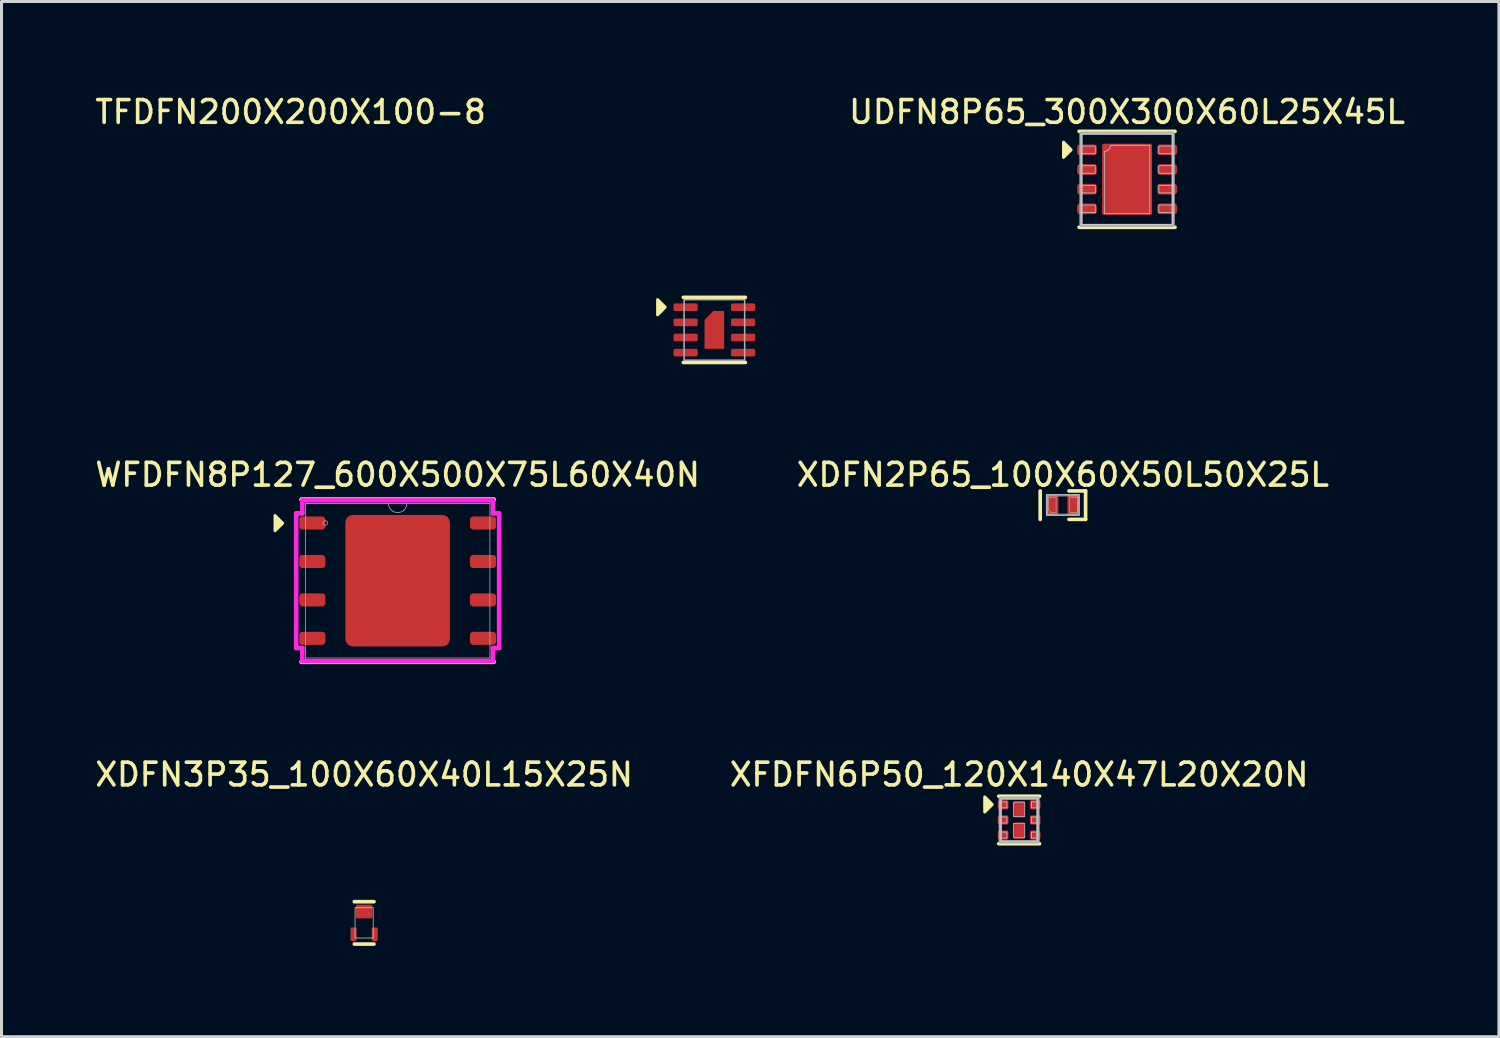
<source format=kicad_pcb>
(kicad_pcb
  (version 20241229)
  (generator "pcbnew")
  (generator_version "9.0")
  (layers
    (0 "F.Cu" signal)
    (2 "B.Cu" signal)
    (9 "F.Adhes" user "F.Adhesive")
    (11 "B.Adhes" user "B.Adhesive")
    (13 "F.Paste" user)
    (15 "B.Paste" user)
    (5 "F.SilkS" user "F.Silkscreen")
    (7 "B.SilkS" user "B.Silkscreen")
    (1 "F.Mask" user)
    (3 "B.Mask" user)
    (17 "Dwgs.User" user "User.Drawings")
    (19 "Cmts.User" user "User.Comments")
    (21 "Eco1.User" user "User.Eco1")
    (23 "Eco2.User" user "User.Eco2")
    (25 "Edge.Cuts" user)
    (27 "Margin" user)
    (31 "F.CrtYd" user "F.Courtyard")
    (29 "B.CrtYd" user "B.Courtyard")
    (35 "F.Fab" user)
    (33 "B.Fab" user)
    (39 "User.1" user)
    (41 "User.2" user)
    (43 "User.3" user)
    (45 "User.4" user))
  (footprint "XDFN3P35_100X60X40L15X25N"
    (layer "F.Cu")
    (at 8.98 27.439)
    (property "Reference" "XDFN3P35_100X60X40L15X25N" (at 0 -4.9 0) (unlocked yes) (layer "F.SilkS") (effects (font (size 0.75 0.75) (thickness 0.12))))
    (attr smd)
    (fp_line (start -0.325 -0.7) (end 0.325 -0.7) (stroke (width 0.12) (type default)) (layer "F.SilkS"))
    (fp_line (start -0.325 0.7) (end 0.325 0.7) (stroke (width 0.12) (type default)) (layer "F.SilkS"))
    (fp_rect (start -0.3 -0.5) (end 0.3 0.5) (stroke (width 0.025) (type default)) (fill no) (layer "Dwgs.User"))
    (pad "1" smd roundrect (at -0.35 0.375) (size 0.2 0.45) (layers "F.Cu" "F.Mask" "F.Paste") (roundrect_rratio 0.25))
    (pad "2" smd roundrect (at 0.35 0.375) (size 0.2 0.45) (layers "F.Cu" "F.Mask" "F.Paste") (roundrect_rratio 0.25))
    (pad "3" smd roundrect (at 0 -0.375) (size 0.55 0.45) (layers "F.Cu" "F.Mask" "F.Paste") (roundrect_rratio 0.111)))
  (footprint "XFDFN6P50_120X140X47L20X20N"
    (layer "F.Cu")
    (at 30.619 24.039)
    (property "Reference" "XFDFN6P50_120X140X47L20X20N" (at 0 -1.5 0) (unlocked yes) (layer "F.SilkS") (effects (font (size 0.75 0.75) (thickness 0.12))))
    (attr smd)
    (fp_line (start 0.675 -0.785) (end -0.675 -0.785) (stroke (width 0.12) (type default)) (layer "F.SilkS"))
    (fp_line (start 0.675 0.785) (end -0.675 0.785) (stroke (width 0.12) (type default)) (layer "F.SilkS"))
    (fp_poly (pts (xy -0.887 -0.512) (xy -1.137 -0.263) (xy -1.137 -0.762)) (stroke (width 0.1) (type solid)) (fill yes) (layer "F.SilkS"))
    (fp_rect (start -0.6 -0.7) (end 0.6 0.7) (stroke (width 0.05) (type default)) (fill no) (layer "Dwgs.User"))
    (fp_rect (start -0.6 -0.6) (end -0.405 -0.4) (stroke (width 0.025) (type default)) (fill no) (layer "Dwgs.User"))
    (fp_rect (start -0.6 -0.1) (end -0.405 0.1) (stroke (width 0.025) (type default)) (fill no) (layer "Dwgs.User"))
    (fp_rect (start -0.6 0.4) (end -0.405 0.6) (stroke (width 0.025) (type default)) (fill no) (layer "Dwgs.User"))
    (fp_rect (start -0.185 -0.59) (end 0.185 -0.11) (stroke (width 0.025) (type default)) (fill no) (layer "Dwgs.User"))
    (fp_rect (start -0.185 0.11) (end 0.185 0.59) (stroke (width 0.025) (type default)) (fill no) (layer "Dwgs.User"))
    (fp_rect (start 0.405 -0.6) (end 0.6 -0.4) (stroke (width 0.025) (type default)) (fill no) (layer "Dwgs.User"))
    (fp_rect (start 0.405 -0.1) (end 0.6 0.1) (stroke (width 0.025) (type default)) (fill no) (layer "Dwgs.User"))
    (fp_rect (start 0.405 0.4) (end 0.6 0.6) (stroke (width 0.025) (type default)) (fill no) (layer "Dwgs.User"))
    (fp_rect (start -0.625 -0.725) (end 0.625 0.725) (stroke (width 0.1) (type default)) (fill no) (layer "F.Fab"))
    (pad "1" smd roundrect (at -0.53 -0.5) (size 0.35 0.3) (layers "F.Cu" "F.Mask" "F.Paste") (roundrect_rratio 0.167))
    (pad "2" smd roundrect (at -0.53 0) (size 0.35 0.3) (layers "F.Cu" "F.Mask" "F.Paste") (roundrect_rratio 0.167))
    (pad "3" smd roundrect (at -0.53 0.5) (size 0.35 0.3) (layers "F.Cu" "F.Mask" "F.Paste") (roundrect_rratio 0.167))
    (pad "4" smd roundrect (at 0.53 0.5) (size 0.35 0.3) (layers "F.Cu" "F.Mask" "F.Paste") (roundrect_rratio 0.167))
    (pad "5" smd roundrect (at 0.53 0) (size 0.35 0.3) (layers "F.Cu" "F.Mask" "F.Paste") (roundrect_rratio 0.167))
    (pad "6" smd roundrect (at 0.53 -0.5) (size 0.35 0.3) (layers "F.Cu" "F.Mask" "F.Paste") (roundrect_rratio 0.167))
    (pad "7" smd roundrect (at 0 -0.35) (size 0.37 0.53) (layers "F.Cu" "F.Mask" "F.Paste") (roundrect_rratio 0.135))
    (pad "8" smd roundrect (at 0 0.35) (size 0.37 0.53) (layers "F.Cu" "F.Mask" "F.Paste") (roundrect_rratio 0.135)))
  (footprint "WFDFN8P127_600X500X75L60X40N"
    (layer "F.Cu")
    (at 10.087 16.134)
    (property "Reference" "WFDFN8P127_600X500X75L60X40N" (at 0 -3.5 0) (unlocked yes) (layer "F.SilkS") (effects (font (size 0.75 0.75) (thickness 0.12))))
    (attr smd)
    (fp_line (start -3.175 2.68) (end 3.175 2.68) (stroke (width 0.152) (type solid)) (layer "F.SilkS"))
    (fp_line (start 3.175 -2.68) (end -3.175 -2.68) (stroke (width 0.152) (type solid)) (layer "F.SilkS"))
    (fp_poly (pts (xy -3.8 -1.9) (xy -4.05 -1.65) (xy -4.05 -2.15)) (stroke (width 0.1) (type solid)) (fill yes) (layer "F.SilkS"))
    (fp_poly (pts (xy -1.627 -2.072) (xy -1.627 -0.824) (xy -0.1 -0.824) (xy -0.1 -2.072)) (stroke (width 0) (type solid)) (fill yes) (layer "F.Paste"))
    (fp_poly (pts (xy -1.627 -0.624) (xy -1.627 0.624) (xy -0.1 0.624) (xy -0.1 -0.624)) (stroke (width 0) (type solid)) (fill yes) (layer "F.Paste"))
    (fp_poly (pts (xy -1.627 0.824) (xy -1.627 2.072) (xy -0.1 2.072) (xy -0.1 0.824)) (stroke (width 0) (type solid)) (fill yes) (layer "F.Paste"))
    (fp_poly (pts (xy 0.1 -2.072) (xy 0.1 -0.824) (xy 1.627 -0.824) (xy 1.627 -2.072)) (stroke (width 0) (type solid)) (fill yes) (layer "F.Paste"))
    (fp_poly (pts (xy 0.1 -0.624) (xy 0.1 0.624) (xy 1.627 0.624) (xy 1.627 -0.624)) (stroke (width 0) (type solid)) (fill yes) (layer "F.Paste"))
    (fp_poly (pts (xy 0.1 0.824) (xy 0.1 2.072) (xy 1.627 2.072) (xy 1.627 0.824)) (stroke (width 0) (type solid)) (fill yes) (layer "F.Paste"))
    (fp_line (start -3.353 -2.223) (end -3.15 -2.223) (stroke (width 0.152) (type solid)) (layer "F.CrtYd"))
    (fp_line (start -3.353 2.223) (end -3.353 -2.223) (stroke (width 0.152) (type solid)) (layer "F.CrtYd"))
    (fp_line (start -3.353 2.223) (end -3.15 2.223) (stroke (width 0.152) (type solid)) (layer "F.CrtYd"))
    (fp_line (start -3.15 -2.654) (end 3.15 -2.654) (stroke (width 0.152) (type solid)) (layer "F.CrtYd"))
    (fp_line (start -3.15 -2.223) (end -3.15 -2.654) (stroke (width 0.152) (type solid)) (layer "F.CrtYd"))
    (fp_line (start -3.15 2.654) (end -3.15 2.223) (stroke (width 0.152) (type solid)) (layer "F.CrtYd"))
    (fp_line (start 3.15 -2.654) (end 3.15 -2.223) (stroke (width 0.152) (type solid)) (layer "F.CrtYd"))
    (fp_line (start 3.15 2.223) (end 3.15 2.654) (stroke (width 0.152) (type solid)) (layer "F.CrtYd"))
    (fp_line (start 3.15 2.654) (end -3.15 2.654) (stroke (width 0.152) (type solid)) (layer "F.CrtYd"))
    (fp_line (start 3.353 -2.223) (end 3.15 -2.223) (stroke (width 0.152) (type solid)) (layer "F.CrtYd"))
    (fp_line (start 3.353 -2.223) (end 3.353 2.223) (stroke (width 0.152) (type solid)) (layer "F.CrtYd"))
    (fp_line (start 3.353 2.223) (end 3.15 2.223) (stroke (width 0.152) (type solid)) (layer "F.CrtYd"))
    (fp_line (start -3.048 -2.553) (end -3.048 2.553) (stroke (width 0.025) (type solid)) (layer "F.Fab"))
    (fp_line (start -3.048 2.553) (end 3.048 2.553) (stroke (width 0.025) (type solid)) (layer "F.Fab"))
    (fp_line (start 3.048 -2.553) (end -3.048 -2.553) (stroke (width 0.025) (type solid)) (layer "F.Fab"))
    (fp_line (start 3.048 2.553) (end 3.048 -2.553) (stroke (width 0.025) (type solid)) (layer "F.Fab"))
    (fp_arc (start 0.3048 -2.5527) (mid 0 -2.2479) (end -0.3048 -2.5527) (stroke (width 0.0254) (type solid)) (layer "F.Fab"))
    (fp_circle (center -2.388 -1.905) (end -2.311 -1.905) (stroke (width 0.025) (type solid)) (fill no) (layer "F.Fab"))
    (pad "1" smd roundrect (at -2.819 -1.905) (size 0.864 0.432) (layers "F.Cu" "F.Mask" "F.Paste") (roundrect_rratio 0.25))
    (pad "2" smd roundrect (at -2.819 -0.635) (size 0.864 0.432) (layers "F.Cu" "F.Mask" "F.Paste") (roundrect_rratio 0.25))
    (pad "3" smd roundrect (at -2.819 0.635) (size 0.864 0.432) (layers "F.Cu" "F.Mask" "F.Paste") (roundrect_rratio 0.25))
    (pad "4" smd roundrect (at -2.819 1.905) (size 0.864 0.432) (layers "F.Cu" "F.Mask" "F.Paste") (roundrect_rratio 0.25))
    (pad "5" smd roundrect (at 2.819 1.905) (size 0.864 0.432) (layers "F.Cu" "F.Mask" "F.Paste") (roundrect_rratio 0.25))
    (pad "6" smd roundrect (at 2.819 0.635) (size 0.864 0.432) (layers "F.Cu" "F.Mask" "F.Paste") (roundrect_rratio 0.25))
    (pad "7" smd roundrect (at 2.819 -0.635) (size 0.864 0.432) (layers "F.Cu" "F.Mask" "F.Paste") (roundrect_rratio 0.25))
    (pad "8" smd roundrect (at 2.819 -1.905) (size 0.864 0.432) (layers "F.Cu" "F.Mask" "F.Paste") (roundrect_rratio 0.25))
    (pad "9" smd roundrect (at 0 0) (size 3.454 4.343) (layers "F.Cu" "F.Mask" "F.Paste") (roundrect_rratio 0.072)))
  (footprint "UDFN8P65_300X300X60L25X45L"
    (layer "F.Cu")
    (at 34.185 2.874)
    (property "Reference" "UDFN8P65_300X300X60L25X45L" (at 0 -2.225 0) (unlocked yes) (layer "F.SilkS") (effects (font (size 0.75 0.75) (thickness 0.12))))
    (attr smd)
    (fp_line (start 1.585 -1.585) (end -1.585 -1.585) (stroke (width 0.12) (type default)) (layer "F.SilkS"))
    (fp_line (start 1.585 1.585) (end -1.585 1.585) (stroke (width 0.12) (type default)) (layer "F.SilkS"))
    (fp_poly (pts (xy -1.85 -0.975) (xy -2.1 -0.725) (xy -2.1 -1.225)) (stroke (width 0.1) (type solid)) (fill yes) (layer "F.SilkS"))
    (fp_line (start -0.75 -0.925) (end -0.75 1.125) (stroke (width 0.025) (type default)) (layer "Dwgs.User"))
    (fp_line (start -0.75 1.125) (end 0.75 1.125) (stroke (width 0.025) (type default)) (layer "Dwgs.User"))
    (fp_line (start 0.75 -1.125) (end -0.55 -1.125) (stroke (width 0.025) (type default)) (layer "Dwgs.User"))
    (fp_line (start 0.75 1.125) (end 0.75 -1.125) (stroke (width 0.025) (type default)) (layer "Dwgs.User"))
    (fp_rect (start -1.5 -1.5) (end 1.5 1.5) (stroke (width 0.05) (type default)) (fill no) (layer "Dwgs.User"))
    (fp_rect (start -1.5 -1.1) (end -1.05 -0.85) (stroke (width 0.025) (type default)) (fill no) (layer "Dwgs.User"))
    (fp_rect (start -1.5 -0.45) (end -1.05 -0.2) (stroke (width 0.025) (type default)) (fill no) (layer "Dwgs.User"))
    (fp_rect (start -1.5 0.2) (end -1.05 0.45) (stroke (width 0.025) (type default)) (fill no) (layer "Dwgs.User"))
    (fp_rect (start -1.5 0.85) (end -1.05 1.1) (stroke (width 0.025) (type default)) (fill no) (layer "Dwgs.User"))
    (fp_rect (start 1.05 -1.1) (end 1.5 -0.85) (stroke (width 0.025) (type default)) (fill no) (layer "Dwgs.User"))
    (fp_rect (start 1.05 -0.45) (end 1.5 -0.2) (stroke (width 0.025) (type default)) (fill no) (layer "Dwgs.User"))
    (fp_rect (start 1.05 0.2) (end 1.5 0.45) (stroke (width 0.025) (type default)) (fill no) (layer "Dwgs.User"))
    (fp_rect (start 1.05 0.85) (end 1.5 1.1) (stroke (width 0.025) (type default)) (fill no) (layer "Dwgs.User"))
    (fp_arc (start -0.55 -1.125) (mid -0.608579 -0.983579) (end -0.75 -0.925) (stroke (width 0.025) (type default)) (layer "Dwgs.User"))
    (fp_rect (start -1.525 -1.525) (end 1.525 1.525) (stroke (width 0.1) (type default)) (fill no) (layer "F.Fab"))
    (pad "1" smd roundrect (at -1.325 -0.975) (size 0.65 0.35) (layers "F.Cu" "F.Mask" "F.Paste") (roundrect_rratio 0.25))
    (pad "2" smd roundrect (at -1.325 -0.325) (size 0.65 0.35) (layers "F.Cu" "F.Mask" "F.Paste") (roundrect_rratio 0.25))
    (pad "3" smd roundrect (at -1.325 0.325) (size 0.65 0.35) (layers "F.Cu" "F.Mask" "F.Paste") (roundrect_rratio 0.25))
    (pad "4" smd roundrect (at -1.325 0.975) (size 0.65 0.35) (layers "F.Cu" "F.Mask" "F.Paste") (roundrect_rratio 0.25))
    (pad "5" smd roundrect (at 1.325 0.975) (size 0.65 0.35) (layers "F.Cu" "F.Mask" "F.Paste") (roundrect_rratio 0.25))
    (pad "6" smd roundrect (at 1.325 0.325) (size 0.65 0.35) (layers "F.Cu" "F.Mask" "F.Paste") (roundrect_rratio 0.25))
    (pad "7" smd roundrect (at 1.325 -0.325) (size 0.65 0.35) (layers "F.Cu" "F.Mask" "F.Paste") (roundrect_rratio 0.25))
    (pad "8" smd roundrect (at 1.325 -0.975) (size 0.65 0.35) (layers "F.Cu" "F.Mask" "F.Paste") (roundrect_rratio 0.25))
    (pad "9" smd roundrect (at 0 0) (size 1.65 2.35) (layers "F.Cu" "F.Mask" "F.Paste") (roundrect_rratio 0.03)))
  (footprint "TFDFN200X200X100-8"
    (layer "F.Cu")
    (at 20.551 7.849)
    (property "Reference" "TFDFN200X200X100-8" (at -14 -7.2 0) (unlocked yes) (layer "F.SilkS") (effects (font (size 0.75 0.75) (thickness 0.12))))
    (attr smd)
    (fp_line (start 1.025 -1.075) (end -1.025 -1.075) (stroke (width 0.12) (type solid)) (layer "F.SilkS"))
    (fp_line (start 1.025 1.075) (end -1.025 1.075) (stroke (width 0.12) (type solid)) (layer "F.SilkS"))
    (fp_poly (pts (xy -1.625 -0.75) (xy -1.875 -0.5) (xy -1.875 -1)) (stroke (width 0.1) (type solid)) (fill yes) (layer "F.SilkS"))
    (fp_rect (start -1 -1) (end 1 1) (stroke (width 0.05) (type solid)) (fill no) (layer "F.Fab"))
    (pad "1" smd roundrect (at -0.95 -0.75) (size 0.8 0.25) (layers "F.Cu" "F.Mask" "F.Paste") (roundrect_rratio 0.2))
    (pad "2" smd roundrect (at -0.95 -0.25) (size 0.8 0.25) (layers "F.Cu" "F.Mask" "F.Paste") (roundrect_rratio 0.2))
    (pad "3" smd roundrect (at -0.95 0.25) (size 0.8 0.25) (layers "F.Cu" "F.Mask" "F.Paste") (roundrect_rratio 0.2))
    (pad "4" smd roundrect (at -0.95 0.75) (size 0.8 0.25) (layers "F.Cu" "F.Mask" "F.Paste") (roundrect_rratio 0.2))
    (pad "5" smd roundrect (at 0.95 0.75) (size 0.8 0.25) (layers "F.Cu" "F.Mask" "F.Paste") (roundrect_rratio 0.2))
    (pad "6" smd roundrect (at 0.95 0.25) (size 0.8 0.25) (layers "F.Cu" "F.Mask" "F.Paste") (roundrect_rratio 0.2))
    (pad "7" smd roundrect (at 0.95 -0.25) (size 0.8 0.25) (layers "F.Cu" "F.Mask" "F.Paste") (roundrect_rratio 0.2))
    (pad "8" smd roundrect (at 0.95 -0.75) (size 0.8 0.25) (layers "F.Cu" "F.Mask" "F.Paste") (roundrect_rratio 0.2))
    (pad "9" smd roundrect (at 0 0) (size 0.65 1.25) (layers "F.Cu" "F.Mask" "F.Paste") (roundrect_rratio 0) (chamfer_ratio 0.45) (chamfer top_left)))
  (footprint "XDFN2P65_100X60X50L50X25L"
    (layer "F.Cu")
    (at 32.065 13.634)
    (property "Reference" "XDFN2P65_100X60X50L50X25L" (at 0 -1 0) (unlocked yes) (layer "F.SilkS") (effects (font (size 0.75 0.75) (thickness 0.12))))
    (attr smd)
    (fp_line (start -0.75 -0.465) (end -0.75 0.475) (stroke (width 0.12) (type solid)) (layer "F.SilkS"))
    (fp_line (start 0.2 0.475) (end 0.75 0.475) (stroke (width 0.12) (type solid)) (layer "F.SilkS"))
    (fp_line (start 0.75 -0.465) (end 0.2 -0.465) (stroke (width 0.12) (type solid)) (layer "F.SilkS"))
    (fp_line (start 0.75 0.475) (end 0.75 -0.465) (stroke (width 0.12) (type solid)) (layer "F.SilkS"))
    (fp_line (start -0.475 -0.25) (end -0.475 0.175) (stroke (width 0.015) (type default)) (layer "Dwgs.User"))
    (fp_line (start -0.4 0.25) (end -0.225 0.25) (stroke (width 0.015) (type default)) (layer "Dwgs.User"))
    (fp_line (start -0.225 -0.25) (end -0.475 -0.25) (stroke (width 0.015) (type default)) (layer "Dwgs.User"))
    (fp_line (start -0.225 -0.25) (end -0.225 0.25) (stroke (width 0.015) (type default)) (layer "Dwgs.User"))
    (fp_rect (start -0.5 -0.3) (end 0.5 0.3) (stroke (width 0.025) (type default)) (fill no) (layer "Dwgs.User"))
    (fp_rect (start 0.225 -0.25) (end 0.475 0.25) (stroke (width 0.015) (type default)) (fill no) (layer "Dwgs.User"))
    (fp_arc (start -0.475 0.175) (mid -0.421967 0.196967) (end -0.4 0.25) (stroke (width 0.015) (type default)) (layer "Dwgs.User"))
    (fp_rect (start -0.537 -0.338) (end 0.537 0.338) (stroke (width 0.05) (type default)) (fill no) (layer "F.Fab"))
    (pad "1" smd roundrect (at -0.35 0) (size 0.4 0.7) (layers "F.Cu" "F.Mask" "F.Paste") (roundrect_rratio 0.25))
    (pad "2" smd roundrect (at 0.35 0) (size 0.4 0.7) (layers "F.Cu" "F.Mask" "F.Paste") (roundrect_rratio 0.25)))
  (gr_rect
    (start -3 -3)
    (end 46.469 31.199)
    (stroke (width 0.1) (type default))
    (fill no)
    (layer "Edge.Cuts")))
</source>
